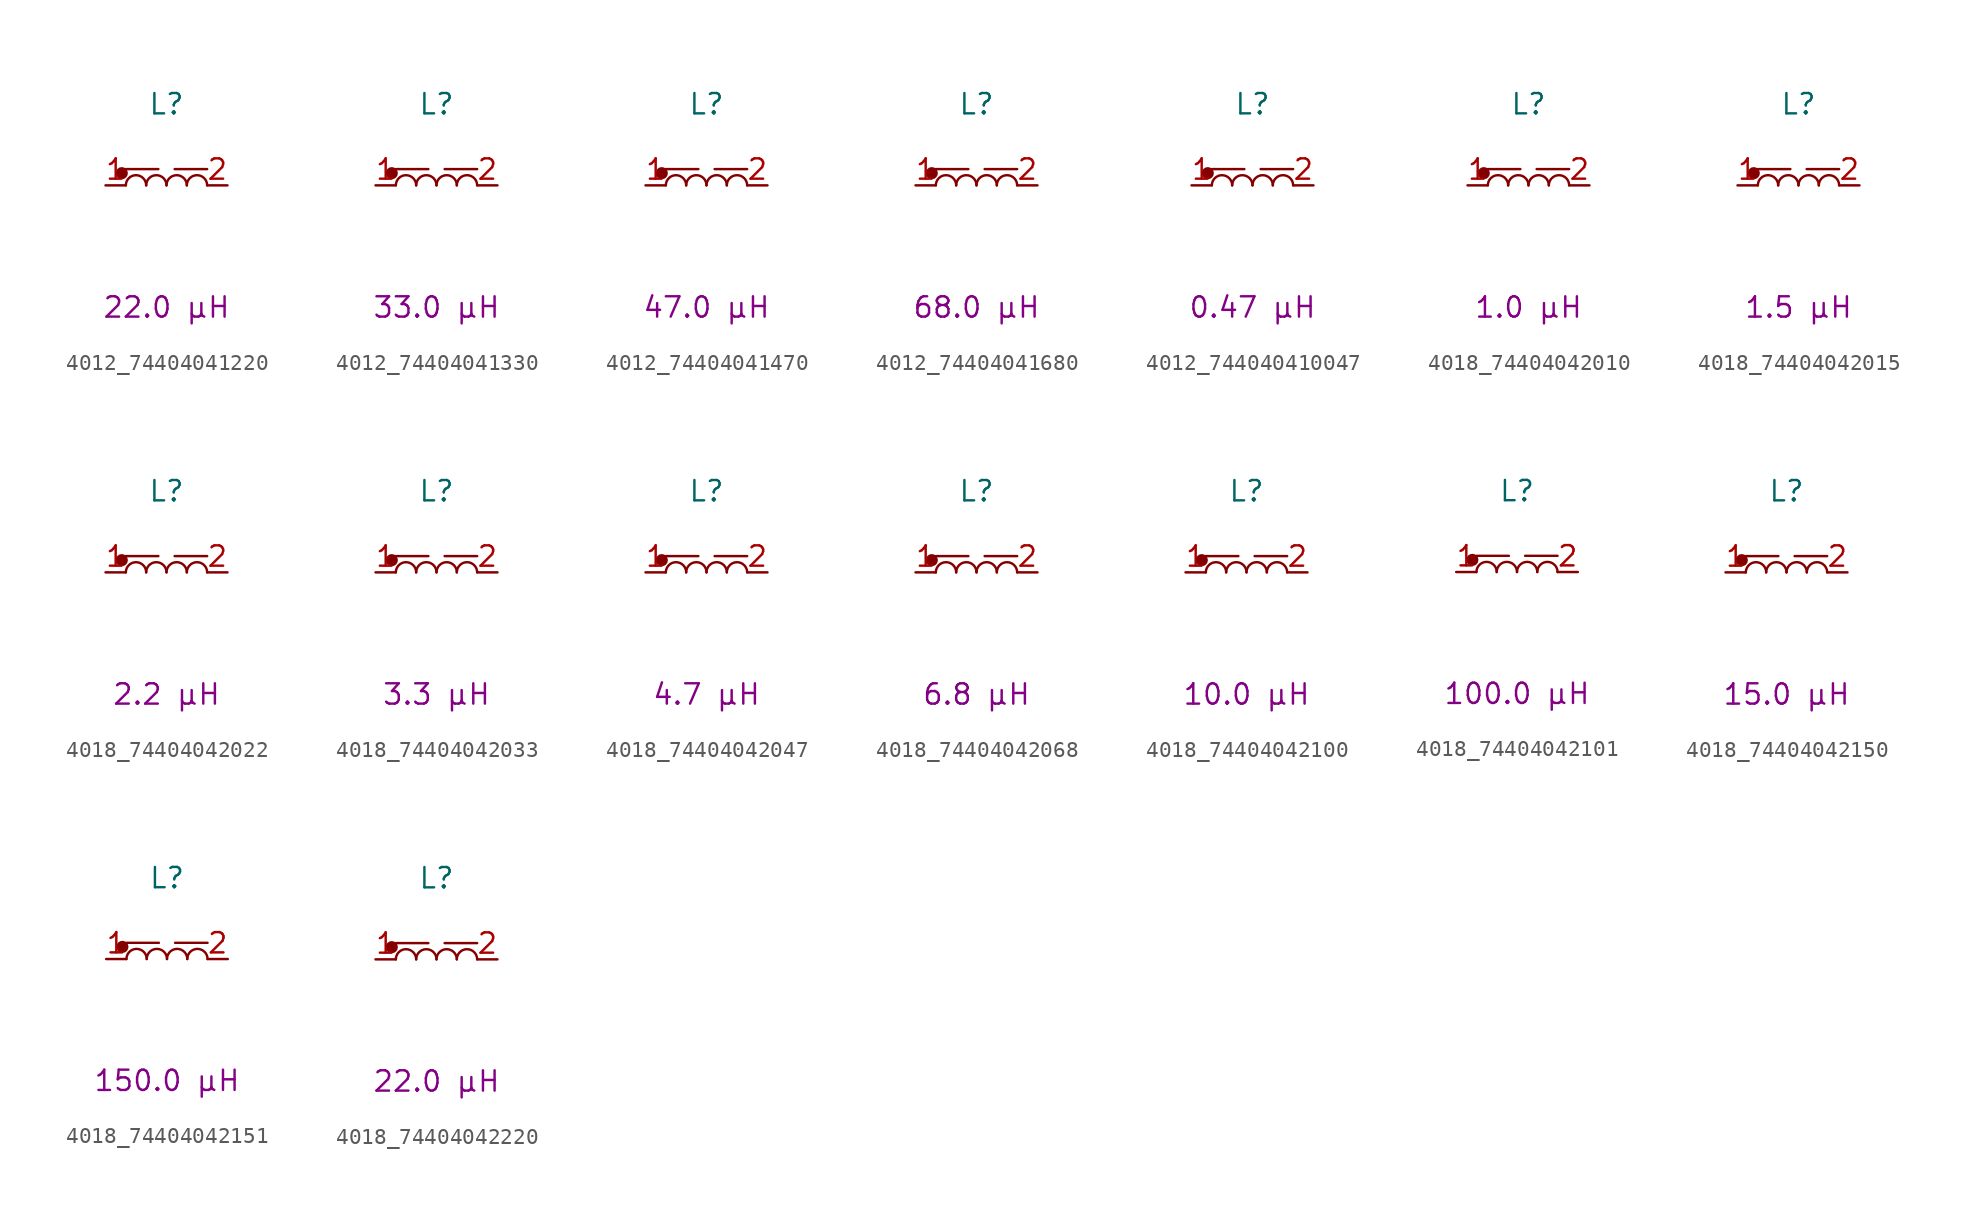
<source format=kicad_sym>
(kicad_symbol_lib
  (version 20220914)
  (generator kicad_symbol_editor)
  (symbol "4012_74404041220"
    (pin_names hide)
    (property "Reference" "L"
      (at 0 5.08 0)
      (effects (font (size 1.27 1.27))))
    (property "Critical Parameter" "22.0 µH"
      (at 0 -7.62 0)
      (effects (font (size 1.27 1.27))))
    (symbol "4012_74404041220_0_1"
      (arc (start -1.27 0) (mid -1.905 0.6323) (end -2.54 0) (stroke (width 0) (type default)) (fill (type none)))
      (arc (start 0 0) (mid -0.635 0.6323) (end -1.27 0) (stroke (width 0) (type default)) (fill (type none)))
      (polyline (pts (xy -2.54 1.016) (xy -0.508 1.016)) (stroke (width 0) (type default)) (fill (type none)))
      (arc (start 1.27 0) (mid 0.635 0.6323) (end 0 0) (stroke (width 0) (type default)) (fill (type none)))
      (arc (start 2.54 0) (mid 1.905 0.6323) (end 1.27 0) (stroke (width 0) (type default)) (fill (type none))))
    (symbol "4012_74404041220_1_1"
      (circle (center -2.794 0.762) (radius 0.0001) (stroke (width 0.381) (type default)) (fill (type none)))
      (polyline (pts (xy 2.54 1.016) (xy 0.508 1.016)) (stroke (width 0) (type default)) (fill (type none)))
      (pin passive line (at -3.81 0 0) (length 1.27) (name "1" (effects (font (size 1.27 1.27)))) (number "1" (effects (font (size 1.27 1.27)))))
      (pin passive line (at 3.81 0 180) (length 1.27) (name "2" (effects (font (size 1.27 1.27)))) (number "2" (effects (font (size 1.27 1.27)))))))
  (symbol "4012_74404041330"
    (pin_names hide)
    (property "Reference" "L"
      (at 0 5.08 0)
      (effects (font (size 1.27 1.27))))
    (property "Critical Parameter" "33.0 µH"
      (at 0 -7.62 0)
      (effects (font (size 1.27 1.27))))
    (symbol "4012_74404041330_0_1"
      (arc (start -1.27 0) (mid -1.905 0.6323) (end -2.54 0) (stroke (width 0) (type default)) (fill (type none)))
      (arc (start 0 0) (mid -0.635 0.6323) (end -1.27 0) (stroke (width 0) (type default)) (fill (type none)))
      (polyline (pts (xy -2.54 1.016) (xy -0.508 1.016)) (stroke (width 0) (type default)) (fill (type none)))
      (arc (start 1.27 0) (mid 0.635 0.6323) (end 0 0) (stroke (width 0) (type default)) (fill (type none)))
      (arc (start 2.54 0) (mid 1.905 0.6323) (end 1.27 0) (stroke (width 0) (type default)) (fill (type none))))
    (symbol "4012_74404041330_1_1"
      (circle (center -2.794 0.762) (radius 0.0001) (stroke (width 0.381) (type default)) (fill (type none)))
      (polyline (pts (xy 2.54 1.016) (xy 0.508 1.016)) (stroke (width 0) (type default)) (fill (type none)))
      (pin passive line (at -3.81 0 0) (length 1.27) (name "1" (effects (font (size 1.27 1.27)))) (number "1" (effects (font (size 1.27 1.27)))))
      (pin passive line (at 3.81 0 180) (length 1.27) (name "2" (effects (font (size 1.27 1.27)))) (number "2" (effects (font (size 1.27 1.27)))))))
  (symbol "4012_74404041470"
    (pin_names hide)
    (property "Reference" "L"
      (at 0 5.08 0)
      (effects (font (size 1.27 1.27))))
    (property "Critical Parameter" "47.0 µH"
      (at 0 -7.62 0)
      (effects (font (size 1.27 1.27))))
    (symbol "4012_74404041470_0_1"
      (arc (start -1.27 0) (mid -1.905 0.6323) (end -2.54 0) (stroke (width 0) (type default)) (fill (type none)))
      (arc (start 0 0) (mid -0.635 0.6323) (end -1.27 0) (stroke (width 0) (type default)) (fill (type none)))
      (polyline (pts (xy -2.54 1.016) (xy -0.508 1.016)) (stroke (width 0) (type default)) (fill (type none)))
      (arc (start 1.27 0) (mid 0.635 0.6323) (end 0 0) (stroke (width 0) (type default)) (fill (type none)))
      (arc (start 2.54 0) (mid 1.905 0.6323) (end 1.27 0) (stroke (width 0) (type default)) (fill (type none))))
    (symbol "4012_74404041470_1_1"
      (circle (center -2.794 0.762) (radius 0.0001) (stroke (width 0.381) (type default)) (fill (type none)))
      (polyline (pts (xy 2.54 1.016) (xy 0.508 1.016)) (stroke (width 0) (type default)) (fill (type none)))
      (pin passive line (at -3.81 0 0) (length 1.27) (name "1" (effects (font (size 1.27 1.27)))) (number "1" (effects (font (size 1.27 1.27)))))
      (pin passive line (at 3.81 0 180) (length 1.27) (name "2" (effects (font (size 1.27 1.27)))) (number "2" (effects (font (size 1.27 1.27)))))))
  (symbol "4012_74404041680"
    (pin_names hide)
    (property "Reference" "L"
      (at 0 5.08 0)
      (effects (font (size 1.27 1.27))))
    (property "Critical Parameter" "68.0 µH"
      (at 0 -7.62 0)
      (effects (font (size 1.27 1.27))))
    (symbol "4012_74404041680_0_1"
      (arc (start -1.27 0) (mid -1.905 0.6323) (end -2.54 0) (stroke (width 0) (type default)) (fill (type none)))
      (arc (start 0 0) (mid -0.635 0.6323) (end -1.27 0) (stroke (width 0) (type default)) (fill (type none)))
      (polyline (pts (xy -2.54 1.016) (xy -0.508 1.016)) (stroke (width 0) (type default)) (fill (type none)))
      (arc (start 1.27 0) (mid 0.635 0.6323) (end 0 0) (stroke (width 0) (type default)) (fill (type none)))
      (arc (start 2.54 0) (mid 1.905 0.6323) (end 1.27 0) (stroke (width 0) (type default)) (fill (type none))))
    (symbol "4012_74404041680_1_1"
      (circle (center -2.794 0.762) (radius 0.0001) (stroke (width 0.381) (type default)) (fill (type none)))
      (polyline (pts (xy 2.54 1.016) (xy 0.508 1.016)) (stroke (width 0) (type default)) (fill (type none)))
      (pin passive line (at -3.81 0 0) (length 1.27) (name "1" (effects (font (size 1.27 1.27)))) (number "1" (effects (font (size 1.27 1.27)))))
      (pin passive line (at 3.81 0 180) (length 1.27) (name "2" (effects (font (size 1.27 1.27)))) (number "2" (effects (font (size 1.27 1.27)))))))
  (symbol "4012_744040410047"
    (pin_names hide)
    (property "Reference" "L"
      (at 0 5.08 0)
      (effects (font (size 1.27 1.27))))
    (property "Critical Parameter" "0.47 µH"
      (at 0 -7.62 0)
      (effects (font (size 1.27 1.27))))
    (symbol "4012_744040410047_0_1"
      (arc (start -1.27 0) (mid -1.905 0.6323) (end -2.54 0) (stroke (width 0) (type default)) (fill (type none)))
      (arc (start 0 0) (mid -0.635 0.6323) (end -1.27 0) (stroke (width 0) (type default)) (fill (type none)))
      (polyline (pts (xy -2.54 1.016) (xy -0.508 1.016)) (stroke (width 0) (type default)) (fill (type none)))
      (arc (start 1.27 0) (mid 0.635 0.6323) (end 0 0) (stroke (width 0) (type default)) (fill (type none)))
      (arc (start 2.54 0) (mid 1.905 0.6323) (end 1.27 0) (stroke (width 0) (type default)) (fill (type none))))
    (symbol "4012_744040410047_1_1"
      (circle (center -2.794 0.762) (radius 0.0001) (stroke (width 0.381) (type default)) (fill (type none)))
      (polyline (pts (xy 2.54 1.016) (xy 0.508 1.016)) (stroke (width 0) (type default)) (fill (type none)))
      (pin passive line (at -3.81 0 0) (length 1.27) (name "1" (effects (font (size 1.27 1.27)))) (number "1" (effects (font (size 1.27 1.27)))))
      (pin passive line (at 3.81 0 180) (length 1.27) (name "2" (effects (font (size 1.27 1.27)))) (number "2" (effects (font (size 1.27 1.27)))))))
  (symbol "4018_74404042010"
    (pin_names hide)
    (property "Reference" "L"
      (at 0 5.08 0)
      (effects (font (size 1.27 1.27))))
    (property "Critical Parameter" "1.0 µH"
      (at 0 -7.62 0)
      (effects (font (size 1.27 1.27))))
    (symbol "4018_74404042010_0_1"
      (arc (start -1.27 0) (mid -1.905 0.6323) (end -2.54 0) (stroke (width 0) (type default)) (fill (type none)))
      (arc (start 0 0) (mid -0.635 0.6323) (end -1.27 0) (stroke (width 0) (type default)) (fill (type none)))
      (polyline (pts (xy -2.54 1.016) (xy -0.508 1.016)) (stroke (width 0) (type default)) (fill (type none)))
      (arc (start 1.27 0) (mid 0.635 0.6323) (end 0 0) (stroke (width 0) (type default)) (fill (type none)))
      (arc (start 2.54 0) (mid 1.905 0.6323) (end 1.27 0) (stroke (width 0) (type default)) (fill (type none))))
    (symbol "4018_74404042010_1_1"
      (circle (center -2.794 0.762) (radius 0.0001) (stroke (width 0.381) (type default)) (fill (type none)))
      (polyline (pts (xy 2.54 1.016) (xy 0.508 1.016)) (stroke (width 0) (type default)) (fill (type none)))
      (pin passive line (at -3.81 0 0) (length 1.27) (name "1" (effects (font (size 1.27 1.27)))) (number "1" (effects (font (size 1.27 1.27)))))
      (pin passive line (at 3.81 0 180) (length 1.27) (name "2" (effects (font (size 1.27 1.27)))) (number "2" (effects (font (size 1.27 1.27)))))))
  (symbol "4018_74404042015"
    (pin_names hide)
    (property "Reference" "L"
      (at 0 5.08 0)
      (effects (font (size 1.27 1.27))))
    (property "Critical Parameter" "1.5 µH"
      (at 0 -7.62 0)
      (effects (font (size 1.27 1.27))))
    (symbol "4018_74404042015_0_1"
      (arc (start -1.27 0) (mid -1.905 0.6323) (end -2.54 0) (stroke (width 0) (type default)) (fill (type none)))
      (arc (start 0 0) (mid -0.635 0.6323) (end -1.27 0) (stroke (width 0) (type default)) (fill (type none)))
      (polyline (pts (xy -2.54 1.016) (xy -0.508 1.016)) (stroke (width 0) (type default)) (fill (type none)))
      (arc (start 1.27 0) (mid 0.635 0.6323) (end 0 0) (stroke (width 0) (type default)) (fill (type none)))
      (arc (start 2.54 0) (mid 1.905 0.6323) (end 1.27 0) (stroke (width 0) (type default)) (fill (type none))))
    (symbol "4018_74404042015_1_1"
      (circle (center -2.794 0.762) (radius 0.0001) (stroke (width 0.381) (type default)) (fill (type none)))
      (polyline (pts (xy 2.54 1.016) (xy 0.508 1.016)) (stroke (width 0) (type default)) (fill (type none)))
      (pin passive line (at -3.81 0 0) (length 1.27) (name "1" (effects (font (size 1.27 1.27)))) (number "1" (effects (font (size 1.27 1.27)))))
      (pin passive line (at 3.81 0 180) (length 1.27) (name "2" (effects (font (size 1.27 1.27)))) (number "2" (effects (font (size 1.27 1.27)))))))
  (symbol "4018_74404042022"
    (pin_names hide)
    (property "Reference" "L"
      (at 0 5.08 0)
      (effects (font (size 1.27 1.27))))
    (property "Critical Parameter" "2.2 µH"
      (at 0 -7.62 0)
      (effects (font (size 1.27 1.27))))
    (symbol "4018_74404042022_0_1"
      (arc (start -1.27 0) (mid -1.905 0.6323) (end -2.54 0) (stroke (width 0) (type default)) (fill (type none)))
      (arc (start 0 0) (mid -0.635 0.6323) (end -1.27 0) (stroke (width 0) (type default)) (fill (type none)))
      (polyline (pts (xy -2.54 1.016) (xy -0.508 1.016)) (stroke (width 0) (type default)) (fill (type none)))
      (arc (start 1.27 0) (mid 0.635 0.6323) (end 0 0) (stroke (width 0) (type default)) (fill (type none)))
      (arc (start 2.54 0) (mid 1.905 0.6323) (end 1.27 0) (stroke (width 0) (type default)) (fill (type none))))
    (symbol "4018_74404042022_1_1"
      (circle (center -2.794 0.762) (radius 0.0001) (stroke (width 0.381) (type default)) (fill (type none)))
      (polyline (pts (xy 2.54 1.016) (xy 0.508 1.016)) (stroke (width 0) (type default)) (fill (type none)))
      (pin passive line (at -3.81 0 0) (length 1.27) (name "1" (effects (font (size 1.27 1.27)))) (number "1" (effects (font (size 1.27 1.27)))))
      (pin passive line (at 3.81 0 180) (length 1.27) (name "2" (effects (font (size 1.27 1.27)))) (number "2" (effects (font (size 1.27 1.27)))))))
  (symbol "4018_74404042033"
    (pin_names hide)
    (property "Reference" "L"
      (at 0 5.08 0)
      (effects (font (size 1.27 1.27))))
    (property "Critical Parameter" "3.3 µH"
      (at 0 -7.62 0)
      (effects (font (size 1.27 1.27))))
    (symbol "4018_74404042033_0_1"
      (arc (start -1.27 0) (mid -1.905 0.6323) (end -2.54 0) (stroke (width 0) (type default)) (fill (type none)))
      (arc (start 0 0) (mid -0.635 0.6323) (end -1.27 0) (stroke (width 0) (type default)) (fill (type none)))
      (polyline (pts (xy -2.54 1.016) (xy -0.508 1.016)) (stroke (width 0) (type default)) (fill (type none)))
      (arc (start 1.27 0) (mid 0.635 0.6323) (end 0 0) (stroke (width 0) (type default)) (fill (type none)))
      (arc (start 2.54 0) (mid 1.905 0.6323) (end 1.27 0) (stroke (width 0) (type default)) (fill (type none))))
    (symbol "4018_74404042033_1_1"
      (circle (center -2.794 0.762) (radius 0.0001) (stroke (width 0.381) (type default)) (fill (type none)))
      (polyline (pts (xy 2.54 1.016) (xy 0.508 1.016)) (stroke (width 0) (type default)) (fill (type none)))
      (pin passive line (at -3.81 0 0) (length 1.27) (name "1" (effects (font (size 1.27 1.27)))) (number "1" (effects (font (size 1.27 1.27)))))
      (pin passive line (at 3.81 0 180) (length 1.27) (name "2" (effects (font (size 1.27 1.27)))) (number "2" (effects (font (size 1.27 1.27)))))))
  (symbol "4018_74404042047"
    (pin_names hide)
    (property "Reference" "L"
      (at 0 5.08 0)
      (effects (font (size 1.27 1.27))))
    (property "Critical Parameter" "4.7 µH"
      (at 0 -7.62 0)
      (effects (font (size 1.27 1.27))))
    (symbol "4018_74404042047_0_1"
      (arc (start -1.27 0) (mid -1.905 0.6323) (end -2.54 0) (stroke (width 0) (type default)) (fill (type none)))
      (arc (start 0 0) (mid -0.635 0.6323) (end -1.27 0) (stroke (width 0) (type default)) (fill (type none)))
      (polyline (pts (xy -2.54 1.016) (xy -0.508 1.016)) (stroke (width 0) (type default)) (fill (type none)))
      (arc (start 1.27 0) (mid 0.635 0.6323) (end 0 0) (stroke (width 0) (type default)) (fill (type none)))
      (arc (start 2.54 0) (mid 1.905 0.6323) (end 1.27 0) (stroke (width 0) (type default)) (fill (type none))))
    (symbol "4018_74404042047_1_1"
      (circle (center -2.794 0.762) (radius 0.0001) (stroke (width 0.381) (type default)) (fill (type none)))
      (polyline (pts (xy 2.54 1.016) (xy 0.508 1.016)) (stroke (width 0) (type default)) (fill (type none)))
      (pin passive line (at -3.81 0 0) (length 1.27) (name "1" (effects (font (size 1.27 1.27)))) (number "1" (effects (font (size 1.27 1.27)))))
      (pin passive line (at 3.81 0 180) (length 1.27) (name "2" (effects (font (size 1.27 1.27)))) (number "2" (effects (font (size 1.27 1.27)))))))
  (symbol "4018_74404042068"
    (pin_names hide)
    (property "Reference" "L"
      (at 0 5.08 0)
      (effects (font (size 1.27 1.27))))
    (property "Critical Parameter" "6.8 µH"
      (at 0 -7.62 0)
      (effects (font (size 1.27 1.27))))
    (symbol "4018_74404042068_0_1"
      (arc (start -1.27 0) (mid -1.905 0.6323) (end -2.54 0) (stroke (width 0) (type default)) (fill (type none)))
      (arc (start 0 0) (mid -0.635 0.6323) (end -1.27 0) (stroke (width 0) (type default)) (fill (type none)))
      (polyline (pts (xy -2.54 1.016) (xy -0.508 1.016)) (stroke (width 0) (type default)) (fill (type none)))
      (arc (start 1.27 0) (mid 0.635 0.6323) (end 0 0) (stroke (width 0) (type default)) (fill (type none)))
      (arc (start 2.54 0) (mid 1.905 0.6323) (end 1.27 0) (stroke (width 0) (type default)) (fill (type none))))
    (symbol "4018_74404042068_1_1"
      (circle (center -2.794 0.762) (radius 0.0001) (stroke (width 0.381) (type default)) (fill (type none)))
      (polyline (pts (xy 2.54 1.016) (xy 0.508 1.016)) (stroke (width 0) (type default)) (fill (type none)))
      (pin passive line (at -3.81 0 0) (length 1.27) (name "1" (effects (font (size 1.27 1.27)))) (number "1" (effects (font (size 1.27 1.27)))))
      (pin passive line (at 3.81 0 180) (length 1.27) (name "2" (effects (font (size 1.27 1.27)))) (number "2" (effects (font (size 1.27 1.27)))))))
  (symbol "4018_74404042100"
    (pin_names hide)
    (property "Reference" "L"
      (at 0 5.08 0)
      (effects (font (size 1.27 1.27))))
    (property "Critical Parameter" "10.0 µH"
      (at 0 -7.62 0)
      (effects (font (size 1.27 1.27))))
    (symbol "4018_74404042100_0_1"
      (arc (start -1.27 0) (mid -1.905 0.6323) (end -2.54 0) (stroke (width 0) (type default)) (fill (type none)))
      (arc (start 0 0) (mid -0.635 0.6323) (end -1.27 0) (stroke (width 0) (type default)) (fill (type none)))
      (polyline (pts (xy -2.54 1.016) (xy -0.508 1.016)) (stroke (width 0) (type default)) (fill (type none)))
      (arc (start 1.27 0) (mid 0.635 0.6323) (end 0 0) (stroke (width 0) (type default)) (fill (type none)))
      (arc (start 2.54 0) (mid 1.905 0.6323) (end 1.27 0) (stroke (width 0) (type default)) (fill (type none))))
    (symbol "4018_74404042100_1_1"
      (circle (center -2.794 0.762) (radius 0.0001) (stroke (width 0.381) (type default)) (fill (type none)))
      (polyline (pts (xy 2.54 1.016) (xy 0.508 1.016)) (stroke (width 0) (type default)) (fill (type none)))
      (pin passive line (at -3.81 0 0) (length 1.27) (name "1" (effects (font (size 1.27 1.27)))) (number "1" (effects (font (size 1.27 1.27)))))
      (pin passive line (at 3.81 0 180) (length 1.27) (name "2" (effects (font (size 1.27 1.27)))) (number "2" (effects (font (size 1.27 1.27)))))))
  (symbol "4018_74404042101"
    (pin_names hide)
    (property "Reference" "L"
      (at 0 5.08 0)
      (effects (font (size 1.27 1.27))))
    (property "Critical Parameter" "100.0 µH"
      (at 0 -7.62 0)
      (effects (font (size 1.27 1.27))))
    (symbol "4018_74404042101_0_1"
      (arc (start -1.27 0) (mid -1.905 0.6323) (end -2.54 0) (stroke (width 0) (type default)) (fill (type none)))
      (arc (start 0 0) (mid -0.635 0.6323) (end -1.27 0) (stroke (width 0) (type default)) (fill (type none)))
      (polyline (pts (xy -2.54 1.016) (xy -0.508 1.016)) (stroke (width 0) (type default)) (fill (type none)))
      (arc (start 1.27 0) (mid 0.635 0.6323) (end 0 0) (stroke (width 0) (type default)) (fill (type none)))
      (arc (start 2.54 0) (mid 1.905 0.6323) (end 1.27 0) (stroke (width 0) (type default)) (fill (type none))))
    (symbol "4018_74404042101_1_1"
      (circle (center -2.794 0.762) (radius 0.0001) (stroke (width 0.381) (type default)) (fill (type none)))
      (polyline (pts (xy 2.54 1.016) (xy 0.508 1.016)) (stroke (width 0) (type default)) (fill (type none)))
      (pin passive line (at -3.81 0 0) (length 1.27) (name "1" (effects (font (size 1.27 1.27)))) (number "1" (effects (font (size 1.27 1.27)))))
      (pin passive line (at 3.81 0 180) (length 1.27) (name "2" (effects (font (size 1.27 1.27)))) (number "2" (effects (font (size 1.27 1.27)))))))
  (symbol "4018_74404042150"
    (pin_names hide)
    (property "Reference" "L"
      (at 0 5.08 0)
      (effects (font (size 1.27 1.27))))
    (property "Critical Parameter" "15.0 µH"
      (at 0 -7.62 0)
      (effects (font (size 1.27 1.27))))
    (symbol "4018_74404042150_0_1"
      (arc (start -1.27 0) (mid -1.905 0.6323) (end -2.54 0) (stroke (width 0) (type default)) (fill (type none)))
      (arc (start 0 0) (mid -0.635 0.6323) (end -1.27 0) (stroke (width 0) (type default)) (fill (type none)))
      (polyline (pts (xy -2.54 1.016) (xy -0.508 1.016)) (stroke (width 0) (type default)) (fill (type none)))
      (arc (start 1.27 0) (mid 0.635 0.6323) (end 0 0) (stroke (width 0) (type default)) (fill (type none)))
      (arc (start 2.54 0) (mid 1.905 0.6323) (end 1.27 0) (stroke (width 0) (type default)) (fill (type none))))
    (symbol "4018_74404042150_1_1"
      (circle (center -2.794 0.762) (radius 0.0001) (stroke (width 0.381) (type default)) (fill (type none)))
      (polyline (pts (xy 2.54 1.016) (xy 0.508 1.016)) (stroke (width 0) (type default)) (fill (type none)))
      (pin passive line (at -3.81 0 0) (length 1.27) (name "1" (effects (font (size 1.27 1.27)))) (number "1" (effects (font (size 1.27 1.27)))))
      (pin passive line (at 3.81 0 180) (length 1.27) (name "2" (effects (font (size 1.27 1.27)))) (number "2" (effects (font (size 1.27 1.27)))))))
  (symbol "4018_74404042151"
    (pin_names hide)
    (property "Reference" "L"
      (at 0 5.08 0)
      (effects (font (size 1.27 1.27))))
    (property "Critical Parameter" "150.0 µH"
      (at 0 -7.62 0)
      (effects (font (size 1.27 1.27))))
    (symbol "4018_74404042151_0_1"
      (arc (start -1.27 0) (mid -1.905 0.6323) (end -2.54 0) (stroke (width 0) (type default)) (fill (type none)))
      (arc (start 0 0) (mid -0.635 0.6323) (end -1.27 0) (stroke (width 0) (type default)) (fill (type none)))
      (polyline (pts (xy -2.54 1.016) (xy -0.508 1.016)) (stroke (width 0) (type default)) (fill (type none)))
      (arc (start 1.27 0) (mid 0.635 0.6323) (end 0 0) (stroke (width 0) (type default)) (fill (type none)))
      (arc (start 2.54 0) (mid 1.905 0.6323) (end 1.27 0) (stroke (width 0) (type default)) (fill (type none))))
    (symbol "4018_74404042151_1_1"
      (circle (center -2.794 0.762) (radius 0.0001) (stroke (width 0.381) (type default)) (fill (type none)))
      (polyline (pts (xy 2.54 1.016) (xy 0.508 1.016)) (stroke (width 0) (type default)) (fill (type none)))
      (pin passive line (at -3.81 0 0) (length 1.27) (name "1" (effects (font (size 1.27 1.27)))) (number "1" (effects (font (size 1.27 1.27)))))
      (pin passive line (at 3.81 0 180) (length 1.27) (name "2" (effects (font (size 1.27 1.27)))) (number "2" (effects (font (size 1.27 1.27)))))))
  (symbol "4018_74404042220"
    (pin_names hide)
    (property "Reference" "L"
      (at 0 5.08 0)
      (effects (font (size 1.27 1.27))))
    (property "Critical Parameter" "22.0 µH"
      (at 0 -7.62 0)
      (effects (font (size 1.27 1.27))))
    (symbol "4018_74404042220_0_1"
      (arc (start -1.27 0) (mid -1.905 0.6323) (end -2.54 0) (stroke (width 0) (type default)) (fill (type none)))
      (arc (start 0 0) (mid -0.635 0.6323) (end -1.27 0) (stroke (width 0) (type default)) (fill (type none)))
      (polyline (pts (xy -2.54 1.016) (xy -0.508 1.016)) (stroke (width 0) (type default)) (fill (type none)))
      (arc (start 1.27 0) (mid 0.635 0.6323) (end 0 0) (stroke (width 0) (type default)) (fill (type none)))
      (arc (start 2.54 0) (mid 1.905 0.6323) (end 1.27 0) (stroke (width 0) (type default)) (fill (type none))))
    (symbol "4018_74404042220_1_1"
      (circle (center -2.794 0.762) (radius 0.0001) (stroke (width 0.381) (type default)) (fill (type none)))
      (polyline (pts (xy 2.54 1.016) (xy 0.508 1.016)) (stroke (width 0) (type default)) (fill (type none)))
      (pin passive line (at -3.81 0 0) (length 1.27) (name "1" (effects (font (size 1.27 1.27)))) (number "1" (effects (font (size 1.27 1.27)))))
      (pin passive line (at 3.81 0 180) (length 1.27) (name "2" (effects (font (size 1.27 1.27)))) (number "2" (effects (font (size 1.27 1.27))))))))
</source>
